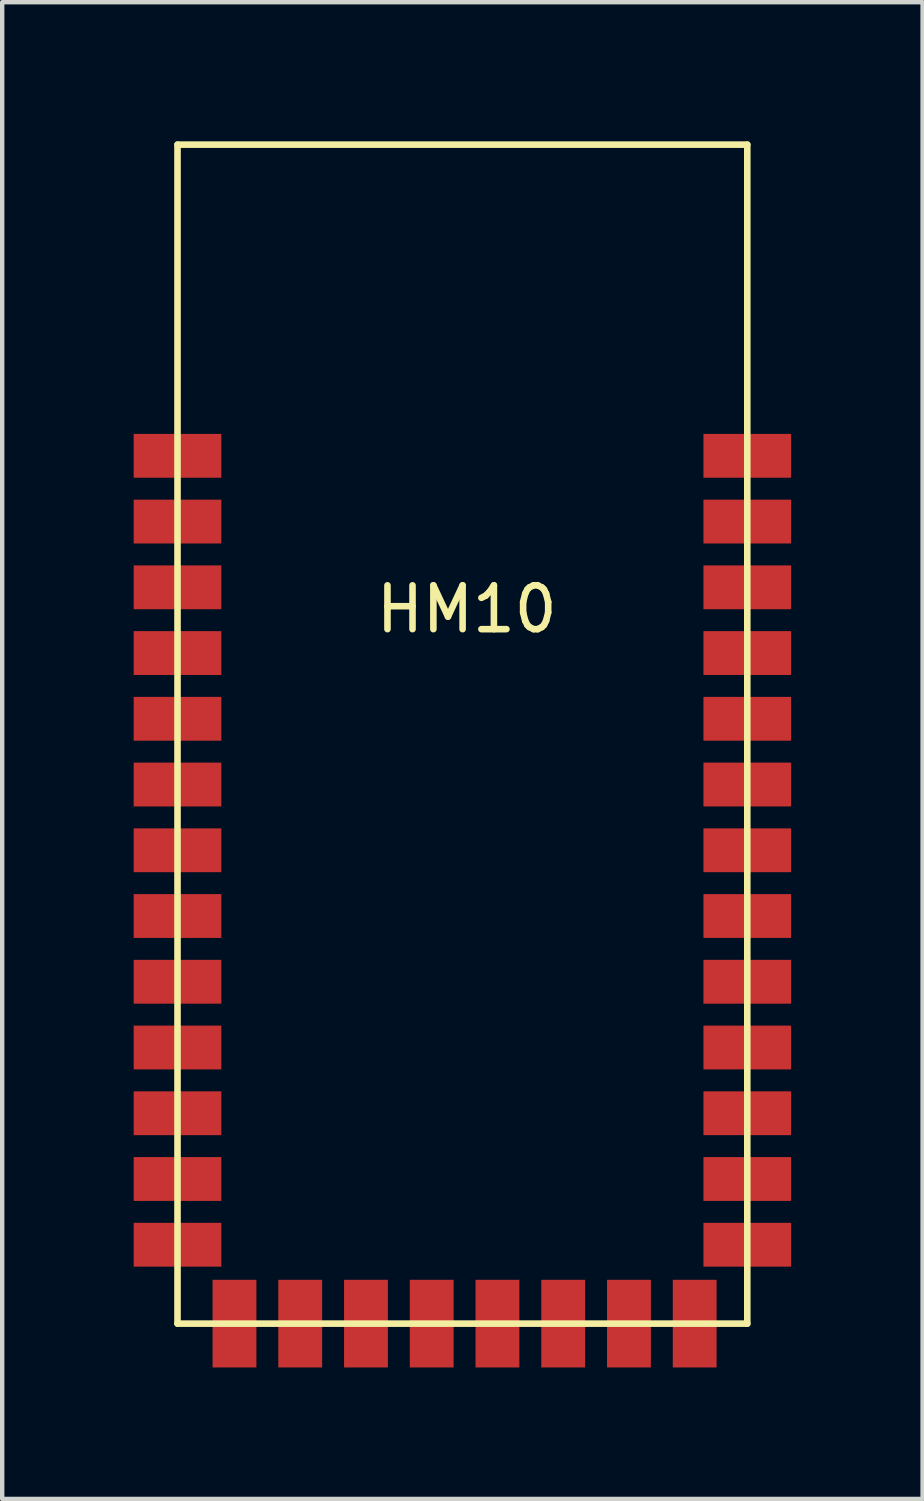
<source format=kicad_pcb>
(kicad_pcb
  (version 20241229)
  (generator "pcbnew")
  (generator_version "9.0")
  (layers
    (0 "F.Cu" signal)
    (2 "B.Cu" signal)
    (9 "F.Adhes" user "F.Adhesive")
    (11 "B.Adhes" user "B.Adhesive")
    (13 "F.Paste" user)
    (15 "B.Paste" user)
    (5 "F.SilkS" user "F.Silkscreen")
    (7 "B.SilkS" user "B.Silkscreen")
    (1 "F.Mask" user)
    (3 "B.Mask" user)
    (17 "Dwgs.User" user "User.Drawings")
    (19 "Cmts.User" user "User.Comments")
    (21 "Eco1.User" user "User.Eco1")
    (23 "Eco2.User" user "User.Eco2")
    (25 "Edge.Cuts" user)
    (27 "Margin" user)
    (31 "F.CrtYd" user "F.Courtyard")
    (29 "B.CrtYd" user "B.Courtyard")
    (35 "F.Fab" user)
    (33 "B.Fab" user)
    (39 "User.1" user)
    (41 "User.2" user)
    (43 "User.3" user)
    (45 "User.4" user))
  (footprint "HM10"
    (layer "F.Cu")
    (at 1 0.25)
    (property "Reference" "HM10" (at 6.6 10.6 0) (layer "F.SilkS") (effects (font (size 1 1) (thickness 0.15))))
    (attr through_hole)
    (fp_line (start 0 0) (end 0 26.9) (stroke (width 0.15) (type solid)) (layer "F.SilkS"))
    (fp_line (start 0 26.9) (end 13 26.9) (stroke (width 0.15) (type solid)) (layer "F.SilkS"))
    (fp_line (start 13 0) (end 0 0) (stroke (width 0.15) (type solid)) (layer "F.SilkS"))
    (fp_line (start 13 26.9) (end 13 0) (stroke (width 0.15) (type solid)) (layer "F.SilkS"))
    (pad "1" smd rect (at 0 7.1) (size 2 1) (layers "F.Cu" "F.Mask" "F.Paste"))
    (pad "2" smd rect (at 0 8.6) (size 2 1) (layers "F.Cu" "F.Mask" "F.Paste"))
    (pad "3" smd rect (at 0 10.1) (size 2 1) (layers "F.Cu" "F.Mask" "F.Paste"))
    (pad "4" smd rect (at 0 11.6) (size 2 1) (layers "F.Cu" "F.Mask" "F.Paste"))
    (pad "5" smd rect (at 0 13.1) (size 2 1) (layers "F.Cu" "F.Mask" "F.Paste"))
    (pad "6" smd rect (at 0 14.6) (size 2 1) (layers "F.Cu" "F.Mask" "F.Paste"))
    (pad "7" smd rect (at 0 16.1) (size 2 1) (layers "F.Cu" "F.Mask" "F.Paste"))
    (pad "8" smd rect (at 0 17.6) (size 2 1) (layers "F.Cu" "F.Mask" "F.Paste"))
    (pad "9" smd rect (at 0 19.1) (size 2 1) (layers "F.Cu" "F.Mask" "F.Paste"))
    (pad "10" smd rect (at 0 20.6) (size 2 1) (layers "F.Cu" "F.Mask" "F.Paste"))
    (pad "11" smd rect (at 0 22.1) (size 2 1) (layers "F.Cu" "F.Mask" "F.Paste"))
    (pad "12" smd rect (at 0 23.6) (size 2 1) (layers "F.Cu" "F.Mask" "F.Paste"))
    (pad "13" smd rect (at 0 25.1) (size 2 1) (layers "F.Cu" "F.Mask" "F.Paste"))
    (pad "14" smd rect (at 1.3 26.9 90) (size 2 1) (layers "F.Cu" "F.Mask" "F.Paste"))
    (pad "15" smd rect (at 2.8 26.9 90) (size 2 1) (layers "F.Cu" "F.Mask" "F.Paste"))
    (pad "16" smd rect (at 4.3 26.9 90) (size 2 1) (layers "F.Cu" "F.Mask" "F.Paste"))
    (pad "17" smd rect (at 5.8 26.9 90) (size 2 1) (layers "F.Cu" "F.Mask" "F.Paste"))
    (pad "18" smd rect (at 7.3 26.9 90) (size 2 1) (layers "F.Cu" "F.Mask" "F.Paste"))
    (pad "19" smd rect (at 8.8 26.9 90) (size 2 1) (layers "F.Cu" "F.Mask" "F.Paste"))
    (pad "20" smd rect (at 10.3 26.9 90) (size 2 1) (layers "F.Cu" "F.Mask" "F.Paste"))
    (pad "21" smd rect (at 11.8 26.9 90) (size 2 1) (layers "F.Cu" "F.Mask" "F.Paste"))
    (pad "22" smd rect (at 13 25.1) (size 2 1) (layers "F.Cu" "F.Mask" "F.Paste"))
    (pad "23" smd rect (at 13 23.6) (size 2 1) (layers "F.Cu" "F.Mask" "F.Paste"))
    (pad "24" smd rect (at 13 22.1) (size 2 1) (layers "F.Cu" "F.Mask" "F.Paste"))
    (pad "25" smd rect (at 13 20.6) (size 2 1) (layers "F.Cu" "F.Mask" "F.Paste"))
    (pad "26" smd rect (at 13 19.1) (size 2 1) (layers "F.Cu" "F.Mask" "F.Paste"))
    (pad "27" smd rect (at 13 17.6) (size 2 1) (layers "F.Cu" "F.Mask" "F.Paste"))
    (pad "28" smd rect (at 13 16.1) (size 2 1) (layers "F.Cu" "F.Mask" "F.Paste"))
    (pad "29" smd rect (at 13 14.6) (size 2 1) (layers "F.Cu" "F.Mask" "F.Paste"))
    (pad "30" smd rect (at 13 13.1) (size 2 1) (layers "F.Cu" "F.Mask" "F.Paste"))
    (pad "31" smd rect (at 13 11.6) (size 2 1) (layers "F.Cu" "F.Mask" "F.Paste"))
    (pad "32" smd rect (at 13 10.1) (size 2 1) (layers "F.Cu" "F.Mask" "F.Paste"))
    (pad "33" smd rect (at 13 8.6) (size 2 1) (layers "F.Cu" "F.Mask" "F.Paste"))
    (pad "34" smd rect (at 13 7.1) (size 2 1) (layers "F.Cu" "F.Mask" "F.Paste")))
  (gr_rect
    (start -3 -3)
    (end 18 31.15)
    (stroke (width 0.1) (type default))
    (fill no)
    (layer "Edge.Cuts")))
</source>
